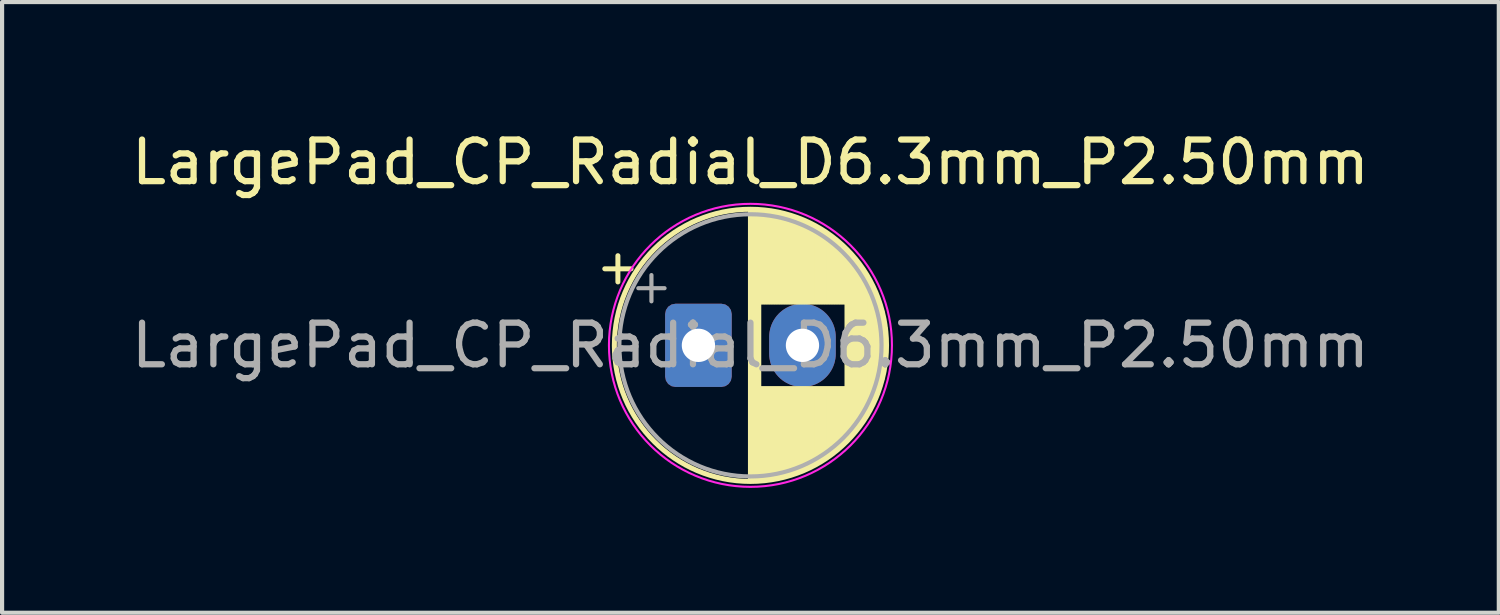
<source format=kicad_pcb>
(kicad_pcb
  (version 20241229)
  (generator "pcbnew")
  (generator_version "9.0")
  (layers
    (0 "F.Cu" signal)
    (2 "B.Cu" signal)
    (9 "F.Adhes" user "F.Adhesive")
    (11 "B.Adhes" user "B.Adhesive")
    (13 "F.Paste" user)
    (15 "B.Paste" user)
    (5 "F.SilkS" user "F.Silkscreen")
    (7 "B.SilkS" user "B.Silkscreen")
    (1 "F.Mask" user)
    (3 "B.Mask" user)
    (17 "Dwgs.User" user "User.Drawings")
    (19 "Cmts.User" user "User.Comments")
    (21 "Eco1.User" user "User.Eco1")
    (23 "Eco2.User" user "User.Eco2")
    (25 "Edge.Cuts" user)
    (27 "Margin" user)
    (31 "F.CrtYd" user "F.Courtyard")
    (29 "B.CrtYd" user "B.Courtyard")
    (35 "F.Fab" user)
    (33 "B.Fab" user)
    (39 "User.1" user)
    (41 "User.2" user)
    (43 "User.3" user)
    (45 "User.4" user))
  (footprint "LargePad_CP_Radial_D6.3mm_P2.50mm"
    (layer "F.Cu")
    (at 13.732 5.248)
    (property "Reference" "LargePad_CP_Radial_D6.3mm_P2.50mm" (at 1.25 -4.4 0) (layer "F.SilkS") (effects (font (size 1 1) (thickness 0.15))))
    (attr through_hole)
    (fp_line (start -2.25 -1.839) (end -1.62 -1.839) (stroke (width 0.12) (type solid)) (layer "F.SilkS"))
    (fp_line (start -1.935 -2.154) (end -1.935 -1.524) (stroke (width 0.12) (type solid)) (layer "F.SilkS"))
    (fp_line (start 1.25 -3.23) (end 1.25 3.23) (stroke (width 0.12) (type solid)) (layer "F.SilkS"))
    (fp_line (start 1.29 -3.23) (end 1.29 3.23) (stroke (width 0.12) (type solid)) (layer "F.SilkS"))
    (fp_line (start 1.33 -3.229) (end 1.33 3.229) (stroke (width 0.12) (type solid)) (layer "F.SilkS"))
    (fp_line (start 1.37 -3.228) (end 1.37 3.228) (stroke (width 0.12) (type solid)) (layer "F.SilkS"))
    (fp_line (start 1.41 -3.226) (end 1.41 3.226) (stroke (width 0.12) (type solid)) (layer "F.SilkS"))
    (fp_line (start 1.45 -3.224) (end 1.45 3.224) (stroke (width 0.12) (type solid)) (layer "F.SilkS"))
    (fp_line (start 1.49 -3.221) (end 1.49 -1.04) (stroke (width 0.12) (type solid)) (layer "F.SilkS"))
    (fp_line (start 1.49 1.04) (end 1.49 3.221) (stroke (width 0.12) (type solid)) (layer "F.SilkS"))
    (fp_line (start 1.53 -3.218) (end 1.53 -1.04) (stroke (width 0.12) (type solid)) (layer "F.SilkS"))
    (fp_line (start 1.53 1.04) (end 1.53 3.218) (stroke (width 0.12) (type solid)) (layer "F.SilkS"))
    (fp_line (start 1.57 -3.214) (end 1.57 -1.04) (stroke (width 0.12) (type solid)) (layer "F.SilkS"))
    (fp_line (start 1.57 1.04) (end 1.57 3.214) (stroke (width 0.12) (type solid)) (layer "F.SilkS"))
    (fp_line (start 1.61 -3.21) (end 1.61 -1.04) (stroke (width 0.12) (type solid)) (layer "F.SilkS"))
    (fp_line (start 1.61 1.04) (end 1.61 3.21) (stroke (width 0.12) (type solid)) (layer "F.SilkS"))
    (fp_line (start 1.65 -3.205) (end 1.65 -1.04) (stroke (width 0.12) (type solid)) (layer "F.SilkS"))
    (fp_line (start 1.65 1.04) (end 1.65 3.205) (stroke (width 0.12) (type solid)) (layer "F.SilkS"))
    (fp_line (start 1.69 -3.2) (end 1.69 -1.04) (stroke (width 0.12) (type solid)) (layer "F.SilkS"))
    (fp_line (start 1.69 1.04) (end 1.69 3.2) (stroke (width 0.12) (type solid)) (layer "F.SilkS"))
    (fp_line (start 1.73 -3.195) (end 1.73 -1.04) (stroke (width 0.12) (type solid)) (layer "F.SilkS"))
    (fp_line (start 1.73 1.04) (end 1.73 3.195) (stroke (width 0.12) (type solid)) (layer "F.SilkS"))
    (fp_line (start 1.77 -3.188) (end 1.77 -1.04) (stroke (width 0.12) (type solid)) (layer "F.SilkS"))
    (fp_line (start 1.77 1.04) (end 1.77 3.188) (stroke (width 0.12) (type solid)) (layer "F.SilkS"))
    (fp_line (start 1.81 -3.182) (end 1.81 -1.04) (stroke (width 0.12) (type solid)) (layer "F.SilkS"))
    (fp_line (start 1.81 1.04) (end 1.81 3.182) (stroke (width 0.12) (type solid)) (layer "F.SilkS"))
    (fp_line (start 1.85 -3.174) (end 1.85 -1.04) (stroke (width 0.12) (type solid)) (layer "F.SilkS"))
    (fp_line (start 1.85 1.04) (end 1.85 3.174) (stroke (width 0.12) (type solid)) (layer "F.SilkS"))
    (fp_line (start 1.89 -3.167) (end 1.89 -1.04) (stroke (width 0.12) (type solid)) (layer "F.SilkS"))
    (fp_line (start 1.89 1.04) (end 1.89 3.167) (stroke (width 0.12) (type solid)) (layer "F.SilkS"))
    (fp_line (start 1.93 -3.159) (end 1.93 -1.04) (stroke (width 0.12) (type solid)) (layer "F.SilkS"))
    (fp_line (start 1.93 1.04) (end 1.93 3.159) (stroke (width 0.12) (type solid)) (layer "F.SilkS"))
    (fp_line (start 1.97 -3.15) (end 1.97 -1.04) (stroke (width 0.12) (type solid)) (layer "F.SilkS"))
    (fp_line (start 1.97 1.04) (end 1.97 3.15) (stroke (width 0.12) (type solid)) (layer "F.SilkS"))
    (fp_line (start 2.01 -3.14) (end 2.01 -1.04) (stroke (width 0.12) (type solid)) (layer "F.SilkS"))
    (fp_line (start 2.01 1.04) (end 2.01 3.14) (stroke (width 0.12) (type solid)) (layer "F.SilkS"))
    (fp_line (start 2.05 -3.131) (end 2.05 -1.04) (stroke (width 0.12) (type solid)) (layer "F.SilkS"))
    (fp_line (start 2.05 1.04) (end 2.05 3.131) (stroke (width 0.12) (type solid)) (layer "F.SilkS"))
    (fp_line (start 2.09 -3.12) (end 2.09 -1.04) (stroke (width 0.12) (type solid)) (layer "F.SilkS"))
    (fp_line (start 2.09 1.04) (end 2.09 3.12) (stroke (width 0.12) (type solid)) (layer "F.SilkS"))
    (fp_line (start 2.13 -3.109) (end 2.13 -1.04) (stroke (width 0.12) (type solid)) (layer "F.SilkS"))
    (fp_line (start 2.13 1.04) (end 2.13 3.109) (stroke (width 0.12) (type solid)) (layer "F.SilkS"))
    (fp_line (start 2.17 -3.098) (end 2.17 -1.04) (stroke (width 0.12) (type solid)) (layer "F.SilkS"))
    (fp_line (start 2.17 1.04) (end 2.17 3.098) (stroke (width 0.12) (type solid)) (layer "F.SilkS"))
    (fp_line (start 2.21 -3.086) (end 2.21 -1.04) (stroke (width 0.12) (type solid)) (layer "F.SilkS"))
    (fp_line (start 2.21 1.04) (end 2.21 3.086) (stroke (width 0.12) (type solid)) (layer "F.SilkS"))
    (fp_line (start 2.25 -3.073) (end 2.25 -1.04) (stroke (width 0.12) (type solid)) (layer "F.SilkS"))
    (fp_line (start 2.25 1.04) (end 2.25 3.073) (stroke (width 0.12) (type solid)) (layer "F.SilkS"))
    (fp_line (start 2.29 -3.06) (end 2.29 -1.04) (stroke (width 0.12) (type solid)) (layer "F.SilkS"))
    (fp_line (start 2.29 1.04) (end 2.29 3.06) (stroke (width 0.12) (type solid)) (layer "F.SilkS"))
    (fp_line (start 2.33 -3.047) (end 2.33 -1.04) (stroke (width 0.12) (type solid)) (layer "F.SilkS"))
    (fp_line (start 2.33 1.04) (end 2.33 3.047) (stroke (width 0.12) (type solid)) (layer "F.SilkS"))
    (fp_line (start 2.37 -3.032) (end 2.37 -1.04) (stroke (width 0.12) (type solid)) (layer "F.SilkS"))
    (fp_line (start 2.37 1.04) (end 2.37 3.032) (stroke (width 0.12) (type solid)) (layer "F.SilkS"))
    (fp_line (start 2.41 -3.017) (end 2.41 -1.04) (stroke (width 0.12) (type solid)) (layer "F.SilkS"))
    (fp_line (start 2.41 1.04) (end 2.41 3.017) (stroke (width 0.12) (type solid)) (layer "F.SilkS"))
    (fp_line (start 2.45 -3.002) (end 2.45 -1.04) (stroke (width 0.12) (type solid)) (layer "F.SilkS"))
    (fp_line (start 2.45 1.04) (end 2.45 3.002) (stroke (width 0.12) (type solid)) (layer "F.SilkS"))
    (fp_line (start 2.49 -2.986) (end 2.49 -1.04) (stroke (width 0.12) (type solid)) (layer "F.SilkS"))
    (fp_line (start 2.49 1.04) (end 2.49 2.986) (stroke (width 0.12) (type solid)) (layer "F.SilkS"))
    (fp_line (start 2.53 -2.969) (end 2.53 -1.04) (stroke (width 0.12) (type solid)) (layer "F.SilkS"))
    (fp_line (start 2.53 1.04) (end 2.53 2.969) (stroke (width 0.12) (type solid)) (layer "F.SilkS"))
    (fp_line (start 2.57 -2.952) (end 2.57 -1.04) (stroke (width 0.12) (type solid)) (layer "F.SilkS"))
    (fp_line (start 2.57 1.04) (end 2.57 2.952) (stroke (width 0.12) (type solid)) (layer "F.SilkS"))
    (fp_line (start 2.61 -2.934) (end 2.61 -1.04) (stroke (width 0.12) (type solid)) (layer "F.SilkS"))
    (fp_line (start 2.61 1.04) (end 2.61 2.934) (stroke (width 0.12) (type solid)) (layer "F.SilkS"))
    (fp_line (start 2.65 -2.915) (end 2.65 -1.04) (stroke (width 0.12) (type solid)) (layer "F.SilkS"))
    (fp_line (start 2.65 1.04) (end 2.65 2.915) (stroke (width 0.12) (type solid)) (layer "F.SilkS"))
    (fp_line (start 2.69 -2.896) (end 2.69 -1.04) (stroke (width 0.12) (type solid)) (layer "F.SilkS"))
    (fp_line (start 2.69 1.04) (end 2.69 2.896) (stroke (width 0.12) (type solid)) (layer "F.SilkS"))
    (fp_line (start 2.73 -2.876) (end 2.73 -1.04) (stroke (width 0.12) (type solid)) (layer "F.SilkS"))
    (fp_line (start 2.73 1.04) (end 2.73 2.876) (stroke (width 0.12) (type solid)) (layer "F.SilkS"))
    (fp_line (start 2.77 -2.855) (end 2.77 -1.04) (stroke (width 0.12) (type solid)) (layer "F.SilkS"))
    (fp_line (start 2.77 1.04) (end 2.77 2.855) (stroke (width 0.12) (type solid)) (layer "F.SilkS"))
    (fp_line (start 2.81 -2.834) (end 2.81 -1.04) (stroke (width 0.12) (type solid)) (layer "F.SilkS"))
    (fp_line (start 2.81 1.04) (end 2.81 2.834) (stroke (width 0.12) (type solid)) (layer "F.SilkS"))
    (fp_line (start 2.85 -2.812) (end 2.85 -1.04) (stroke (width 0.12) (type solid)) (layer "F.SilkS"))
    (fp_line (start 2.85 1.04) (end 2.85 2.812) (stroke (width 0.12) (type solid)) (layer "F.SilkS"))
    (fp_line (start 2.89 -2.789) (end 2.89 -1.04) (stroke (width 0.12) (type solid)) (layer "F.SilkS"))
    (fp_line (start 2.89 1.04) (end 2.89 2.789) (stroke (width 0.12) (type solid)) (layer "F.SilkS"))
    (fp_line (start 2.93 -2.765) (end 2.93 -1.04) (stroke (width 0.12) (type solid)) (layer "F.SilkS"))
    (fp_line (start 2.93 1.04) (end 2.93 2.765) (stroke (width 0.12) (type solid)) (layer "F.SilkS"))
    (fp_line (start 2.97 -2.741) (end 2.97 -1.04) (stroke (width 0.12) (type solid)) (layer "F.SilkS"))
    (fp_line (start 2.97 1.04) (end 2.97 2.741) (stroke (width 0.12) (type solid)) (layer "F.SilkS"))
    (fp_line (start 3.01 -2.716) (end 3.01 -1.04) (stroke (width 0.12) (type solid)) (layer "F.SilkS"))
    (fp_line (start 3.01 1.04) (end 3.01 2.716) (stroke (width 0.12) (type solid)) (layer "F.SilkS"))
    (fp_line (start 3.05 -2.69) (end 3.05 -1.04) (stroke (width 0.12) (type solid)) (layer "F.SilkS"))
    (fp_line (start 3.05 1.04) (end 3.05 2.69) (stroke (width 0.12) (type solid)) (layer "F.SilkS"))
    (fp_line (start 3.09 -2.663) (end 3.09 -1.04) (stroke (width 0.12) (type solid)) (layer "F.SilkS"))
    (fp_line (start 3.09 1.04) (end 3.09 2.663) (stroke (width 0.12) (type solid)) (layer "F.SilkS"))
    (fp_line (start 3.13 -2.636) (end 3.13 -1.04) (stroke (width 0.12) (type solid)) (layer "F.SilkS"))
    (fp_line (start 3.13 1.04) (end 3.13 2.636) (stroke (width 0.12) (type solid)) (layer "F.SilkS"))
    (fp_line (start 3.17 -2.607) (end 3.17 -1.04) (stroke (width 0.12) (type solid)) (layer "F.SilkS"))
    (fp_line (start 3.17 1.04) (end 3.17 2.607) (stroke (width 0.12) (type solid)) (layer "F.SilkS"))
    (fp_line (start 3.21 -2.577) (end 3.21 -1.04) (stroke (width 0.12) (type solid)) (layer "F.SilkS"))
    (fp_line (start 3.21 1.04) (end 3.21 2.577) (stroke (width 0.12) (type solid)) (layer "F.SilkS"))
    (fp_line (start 3.25 -2.547) (end 3.25 -1.04) (stroke (width 0.12) (type solid)) (layer "F.SilkS"))
    (fp_line (start 3.25 1.04) (end 3.25 2.547) (stroke (width 0.12) (type solid)) (layer "F.SilkS"))
    (fp_line (start 3.29 -2.516) (end 3.29 -1.04) (stroke (width 0.12) (type solid)) (layer "F.SilkS"))
    (fp_line (start 3.29 1.04) (end 3.29 2.516) (stroke (width 0.12) (type solid)) (layer "F.SilkS"))
    (fp_line (start 3.33 -2.483) (end 3.33 -1.04) (stroke (width 0.12) (type solid)) (layer "F.SilkS"))
    (fp_line (start 3.33 1.04) (end 3.33 2.483) (stroke (width 0.12) (type solid)) (layer "F.SilkS"))
    (fp_line (start 3.37 -2.45) (end 3.37 -1.04) (stroke (width 0.12) (type solid)) (layer "F.SilkS"))
    (fp_line (start 3.37 1.04) (end 3.37 2.45) (stroke (width 0.12) (type solid)) (layer "F.SilkS"))
    (fp_line (start 3.41 -2.415) (end 3.41 -1.04) (stroke (width 0.12) (type solid)) (layer "F.SilkS"))
    (fp_line (start 3.41 1.04) (end 3.41 2.415) (stroke (width 0.12) (type solid)) (layer "F.SilkS"))
    (fp_line (start 3.45 -2.379) (end 3.45 -1.04) (stroke (width 0.12) (type solid)) (layer "F.SilkS"))
    (fp_line (start 3.45 1.04) (end 3.45 2.379) (stroke (width 0.12) (type solid)) (layer "F.SilkS"))
    (fp_line (start 3.49 -2.342) (end 3.49 -1.04) (stroke (width 0.12) (type solid)) (layer "F.SilkS"))
    (fp_line (start 3.49 1.04) (end 3.49 2.342) (stroke (width 0.12) (type solid)) (layer "F.SilkS"))
    (fp_line (start 3.53 -2.304) (end 3.53 -1.04) (stroke (width 0.12) (type solid)) (layer "F.SilkS"))
    (fp_line (start 3.53 1.04) (end 3.53 2.304) (stroke (width 0.12) (type solid)) (layer "F.SilkS"))
    (fp_line (start 3.57 -2.264) (end 3.57 2.264) (stroke (width 0.12) (type solid)) (layer "F.SilkS"))
    (fp_line (start 3.61 -2.223) (end 3.61 2.223) (stroke (width 0.12) (type solid)) (layer "F.SilkS"))
    (fp_line (start 3.65 -2.181) (end 3.65 2.181) (stroke (width 0.12) (type solid)) (layer "F.SilkS"))
    (fp_line (start 3.69 -2.137) (end 3.69 2.137) (stroke (width 0.12) (type solid)) (layer "F.SilkS"))
    (fp_line (start 3.73 -2.091) (end 3.73 2.091) (stroke (width 0.12) (type solid)) (layer "F.SilkS"))
    (fp_line (start 3.77 -2.044) (end 3.77 2.044) (stroke (width 0.12) (type solid)) (layer "F.SilkS"))
    (fp_line (start 3.81 -1.995) (end 3.81 1.995) (stroke (width 0.12) (type solid)) (layer "F.SilkS"))
    (fp_line (start 3.85 -1.943) (end 3.85 1.943) (stroke (width 0.12) (type solid)) (layer "F.SilkS"))
    (fp_line (start 3.89 -1.89) (end 3.89 1.89) (stroke (width 0.12) (type solid)) (layer "F.SilkS"))
    (fp_line (start 3.93 -1.834) (end 3.93 1.834) (stroke (width 0.12) (type solid)) (layer "F.SilkS"))
    (fp_line (start 3.97 -1.775) (end 3.97 1.775) (stroke (width 0.12) (type solid)) (layer "F.SilkS"))
    (fp_line (start 4.01 -1.714) (end 4.01 1.714) (stroke (width 0.12) (type solid)) (layer "F.SilkS"))
    (fp_line (start 4.05 -1.649) (end 4.05 1.649) (stroke (width 0.12) (type solid)) (layer "F.SilkS"))
    (fp_line (start 4.09 -1.581) (end 4.09 1.581) (stroke (width 0.12) (type solid)) (layer "F.SilkS"))
    (fp_line (start 4.13 -1.509) (end 4.13 1.509) (stroke (width 0.12) (type solid)) (layer "F.SilkS"))
    (fp_line (start 4.17 -1.432) (end 4.17 1.432) (stroke (width 0.12) (type solid)) (layer "F.SilkS"))
    (fp_line (start 4.21 -1.35) (end 4.21 1.35) (stroke (width 0.12) (type solid)) (layer "F.SilkS"))
    (fp_line (start 4.25 -1.261) (end 4.25 1.261) (stroke (width 0.12) (type solid)) (layer "F.SilkS"))
    (fp_line (start 4.29 -1.165) (end 4.29 1.165) (stroke (width 0.12) (type solid)) (layer "F.SilkS"))
    (fp_line (start 4.33 -1.058) (end 4.33 1.058) (stroke (width 0.12) (type solid)) (layer "F.SilkS"))
    (fp_line (start 4.37 -0.939) (end 4.37 0.939) (stroke (width 0.12) (type solid)) (layer "F.SilkS"))
    (fp_line (start 4.41 -0.801) (end 4.41 0.801) (stroke (width 0.12) (type solid)) (layer "F.SilkS"))
    (fp_line (start 4.45 -0.633) (end 4.45 0.633) (stroke (width 0.12) (type solid)) (layer "F.SilkS"))
    (fp_line (start 4.49 -0.402) (end 4.49 0.402) (stroke (width 0.12) (type solid)) (layer "F.SilkS"))
    (fp_circle (center 1.25 0) (end 4.52 0) (stroke (width 0.12) (type solid)) (fill no) (layer "F.SilkS"))
    (fp_circle (center 1.25 0) (end 4.65 0) (stroke (width 0.05) (type solid)) (fill no) (layer "F.CrtYd"))
    (fp_line (start -1.444 -1.373) (end -0.814 -1.373) (stroke (width 0.1) (type solid)) (layer "F.Fab"))
    (fp_line (start -1.129 -1.688) (end -1.129 -1.058) (stroke (width 0.1) (type solid)) (layer "F.Fab"))
    (fp_circle (center 1.25 0) (end 4.4 0) (stroke (width 0.1) (type solid)) (fill no) (layer "F.Fab"))
    (fp_text user "${REFERENCE}" (at 1.25 0 0) (layer "F.Fab") (effects (font (size 1 1) (thickness 0.15))))
    (pad "1" thru_hole roundrect (at 0 0) (size 1.6 2) (drill 0.8) (layers "*.Cu" "*.Mask") (roundrect_rratio 0.156))
    (pad "2" thru_hole oval (at 2.5 0) (size 1.6 2) (drill 0.8) (layers "*.Cu" "*.Mask")))
  (gr_rect
    (start -3 -3)
    (end 32.964 11.673)
    (stroke (width 0.1) (type default))
    (fill no)
    (layer "Edge.Cuts")))
</source>
